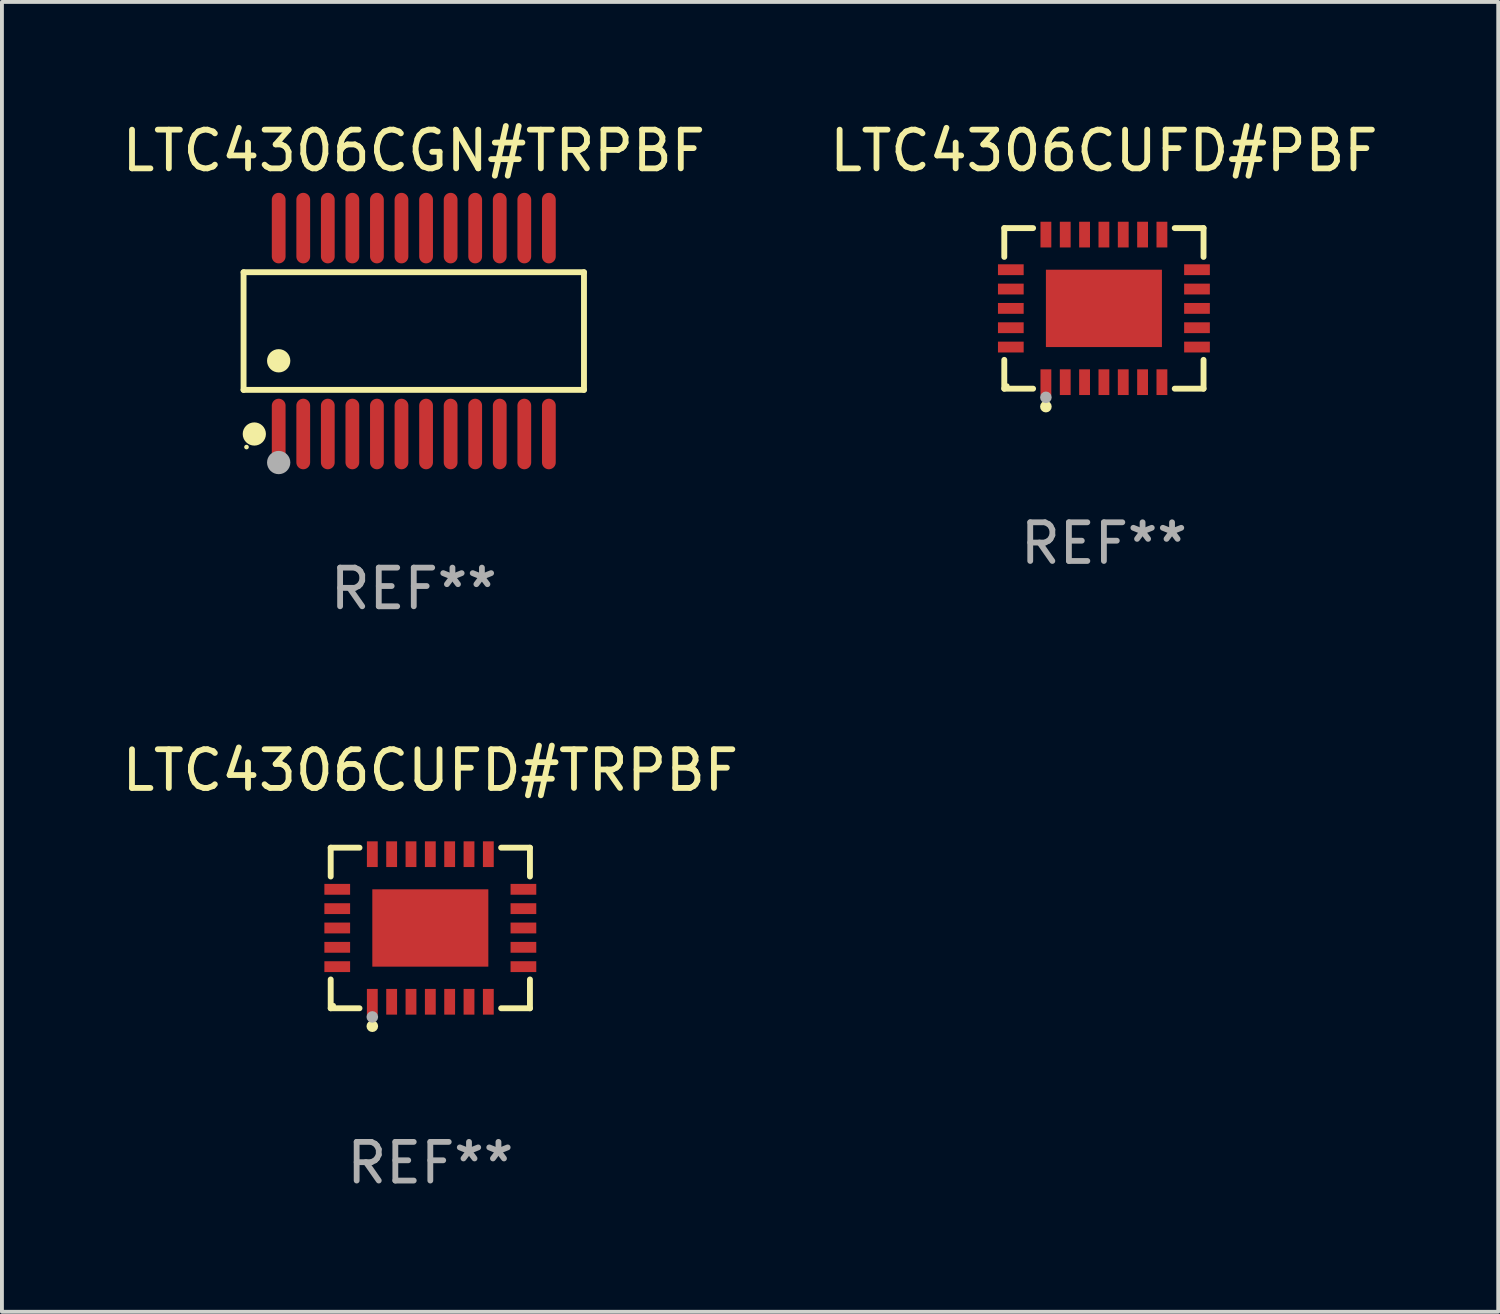
<source format=kicad_pcb>
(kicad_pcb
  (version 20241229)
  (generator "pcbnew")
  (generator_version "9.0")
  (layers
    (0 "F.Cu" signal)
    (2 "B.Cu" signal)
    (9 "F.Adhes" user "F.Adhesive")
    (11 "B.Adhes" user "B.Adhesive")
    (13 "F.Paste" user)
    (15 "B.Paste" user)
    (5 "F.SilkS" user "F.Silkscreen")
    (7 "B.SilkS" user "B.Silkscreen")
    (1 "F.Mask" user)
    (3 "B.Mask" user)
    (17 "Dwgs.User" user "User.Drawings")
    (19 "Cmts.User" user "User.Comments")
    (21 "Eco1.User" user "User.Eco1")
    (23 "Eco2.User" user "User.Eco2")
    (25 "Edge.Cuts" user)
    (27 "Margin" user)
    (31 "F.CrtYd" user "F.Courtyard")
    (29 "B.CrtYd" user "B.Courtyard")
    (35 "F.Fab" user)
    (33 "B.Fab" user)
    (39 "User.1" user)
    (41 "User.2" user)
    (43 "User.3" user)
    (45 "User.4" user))
  (footprint "LTC4306CGN#TRPBF"
    (layer "F.Cu")
    (at 7.649 5.51)
    (property "Reference" "LTC4306CGN#TRPBF" (at 0 -4.662 0) (layer "F.SilkS") (effects (font (size 1 1) (thickness 0.15))))
    (attr through_hole)
    (fp_line (start -4.401 -1.521) (end 4.401 -1.521) (stroke (width 0.152) (type solid)) (layer "F.SilkS"))
    (fp_line (start -4.401 1.521) (end -4.401 -1.521) (stroke (width 0.152) (type solid)) (layer "F.SilkS"))
    (fp_line (start 4.401 -1.521) (end 4.401 1.521) (stroke (width 0.152) (type solid)) (layer "F.SilkS"))
    (fp_line (start 4.401 1.521) (end -4.401 1.521) (stroke (width 0.152) (type solid)) (layer "F.SilkS"))
    (fp_circle (center -4.325 3) (end -4.295 3) (stroke (width 0.06) (type solid)) (fill no) (layer "F.SilkS"))
    (fp_circle (center -4.123 2.662) (end -3.973 2.662) (stroke (width 0.3) (type solid)) (fill no) (layer "F.SilkS"))
    (fp_circle (center -3.493 0.769) (end -3.342 0.769) (stroke (width 0.3) (type solid)) (fill no) (layer "F.SilkS"))
    (fp_circle (center -3.493 3.4) (end -3.342 3.4) (stroke (width 0.3) (type solid)) (fill no) (layer "F.Fab"))
    (fp_text user "REF**" (at 0 6.662 0) (layer "F.Fab") (effects (font (size 1 1) (thickness 0.15))))
    (pad "1" smd oval (at -3.493 2.662) (size 0.356 1.824) (layers "F.Cu" "F.Mask" "F.Paste"))
    (pad "2" smd oval (at -2.858 2.662) (size 0.356 1.824) (layers "F.Cu" "F.Mask" "F.Paste"))
    (pad "3" smd oval (at -2.223 2.662) (size 0.356 1.824) (layers "F.Cu" "F.Mask" "F.Paste"))
    (pad "4" smd oval (at -1.588 2.662) (size 0.356 1.824) (layers "F.Cu" "F.Mask" "F.Paste"))
    (pad "5" smd oval (at -0.953 2.662) (size 0.356 1.824) (layers "F.Cu" "F.Mask" "F.Paste"))
    (pad "6" smd oval (at -0.318 2.662) (size 0.356 1.824) (layers "F.Cu" "F.Mask" "F.Paste"))
    (pad "7" smd oval (at 0.318 2.662) (size 0.356 1.824) (layers "F.Cu" "F.Mask" "F.Paste"))
    (pad "8" smd oval (at 0.953 2.662) (size 0.356 1.824) (layers "F.Cu" "F.Mask" "F.Paste"))
    (pad "9" smd oval (at 1.588 2.662) (size 0.356 1.824) (layers "F.Cu" "F.Mask" "F.Paste"))
    (pad "10" smd oval (at 2.223 2.662) (size 0.356 1.824) (layers "F.Cu" "F.Mask" "F.Paste"))
    (pad "11" smd oval (at 2.858 2.662) (size 0.356 1.824) (layers "F.Cu" "F.Mask" "F.Paste"))
    (pad "12" smd oval (at 3.493 2.662) (size 0.356 1.824) (layers "F.Cu" "F.Mask" "F.Paste"))
    (pad "13" smd oval (at 3.493 -2.662) (size 0.356 1.824) (layers "F.Cu" "F.Mask" "F.Paste"))
    (pad "14" smd oval (at 2.858 -2.662) (size 0.356 1.824) (layers "F.Cu" "F.Mask" "F.Paste"))
    (pad "15" smd oval (at 2.223 -2.662) (size 0.356 1.824) (layers "F.Cu" "F.Mask" "F.Paste"))
    (pad "16" smd oval (at 1.588 -2.662) (size 0.356 1.824) (layers "F.Cu" "F.Mask" "F.Paste"))
    (pad "17" smd oval (at 0.953 -2.662) (size 0.356 1.824) (layers "F.Cu" "F.Mask" "F.Paste"))
    (pad "18" smd oval (at 0.318 -2.662) (size 0.356 1.824) (layers "F.Cu" "F.Mask" "F.Paste"))
    (pad "19" smd oval (at -0.318 -2.662) (size 0.356 1.824) (layers "F.Cu" "F.Mask" "F.Paste"))
    (pad "20" smd oval (at -0.953 -2.662) (size 0.356 1.824) (layers "F.Cu" "F.Mask" "F.Paste"))
    (pad "21" smd oval (at -1.588 -2.662) (size 0.356 1.824) (layers "F.Cu" "F.Mask" "F.Paste"))
    (pad "22" smd oval (at -2.223 -2.662) (size 0.356 1.824) (layers "F.Cu" "F.Mask" "F.Paste"))
    (pad "23" smd oval (at -2.858 -2.662) (size 0.356 1.824) (layers "F.Cu" "F.Mask" "F.Paste"))
    (pad "24" smd oval (at -3.493 -2.662) (size 0.356 1.824) (layers "F.Cu" "F.Mask" "F.Paste")))
  (footprint "LTC4306CUFD#PBF"
    (layer "F.Cu")
    (at 25.494 4.924)
    (property "Reference" "LTC4306CUFD#PBF" (at 0 -4.076 0) (layer "F.SilkS") (effects (font (size 1 1) (thickness 0.15))))
    (attr through_hole)
    (fp_line (start -2.576 -2.076) (end -1.831 -2.076) (stroke (width 0.152) (type solid)) (layer "F.SilkS"))
    (fp_line (start -2.576 -1.331) (end -2.576 -2.076) (stroke (width 0.152) (type solid)) (layer "F.SilkS"))
    (fp_line (start -2.576 1.331) (end -2.576 2.076) (stroke (width 0.152) (type solid)) (layer "F.SilkS"))
    (fp_line (start -2.576 2.076) (end -1.831 2.076) (stroke (width 0.152) (type solid)) (layer "F.SilkS"))
    (fp_line (start 2.576 -2.076) (end 1.831 -2.076) (stroke (width 0.152) (type solid)) (layer "F.SilkS"))
    (fp_line (start 2.576 -1.331) (end 2.576 -2.076) (stroke (width 0.152) (type solid)) (layer "F.SilkS"))
    (fp_line (start 2.576 1.331) (end 2.576 2.076) (stroke (width 0.152) (type solid)) (layer "F.SilkS"))
    (fp_line (start 2.576 2.076) (end 1.831 2.076) (stroke (width 0.152) (type solid)) (layer "F.SilkS"))
    (fp_circle (center -2.5 2) (end -2.47 2) (stroke (width 0.06) (type solid)) (fill no) (layer "F.SilkS"))
    (fp_circle (center -1.5 2.54) (end -1.425 2.54) (stroke (width 0.15) (type solid)) (fill no) (layer "F.SilkS"))
    (fp_circle (center -1.5 2.3) (end -1.425 2.3) (stroke (width 0.15) (type solid)) (fill no) (layer "F.Fab"))
    (fp_text user "REF**" (at 0 6.076 0) (layer "F.Fab") (effects (font (size 1 1) (thickness 0.15))))
    (pad "1" smd rect (at -1.5 1.908) (size 0.28 0.665) (layers "F.Cu" "F.Mask" "F.Paste"))
    (pad "2" smd rect (at -1 1.908) (size 0.28 0.665) (layers "F.Cu" "F.Mask" "F.Paste"))
    (pad "3" smd rect (at -0.5 1.908) (size 0.28 0.665) (layers "F.Cu" "F.Mask" "F.Paste"))
    (pad "4" smd rect (at 0 1.908) (size 0.28 0.665) (layers "F.Cu" "F.Mask" "F.Paste"))
    (pad "5" smd rect (at 0.5 1.908) (size 0.28 0.665) (layers "F.Cu" "F.Mask" "F.Paste"))
    (pad "6" smd rect (at 1 1.908) (size 0.28 0.665) (layers "F.Cu" "F.Mask" "F.Paste"))
    (pad "7" smd rect (at 1.5 1.908) (size 0.28 0.665) (layers "F.Cu" "F.Mask" "F.Paste"))
    (pad "8" smd rect (at 2.407 1) (size 0.665 0.28) (layers "F.Cu" "F.Mask" "F.Paste"))
    (pad "9" smd rect (at 2.407 0.5) (size 0.665 0.28) (layers "F.Cu" "F.Mask" "F.Paste"))
    (pad "10" smd rect (at 2.407 0) (size 0.665 0.28) (layers "F.Cu" "F.Mask" "F.Paste"))
    (pad "11" smd rect (at 2.407 -0.5) (size 0.665 0.28) (layers "F.Cu" "F.Mask" "F.Paste"))
    (pad "12" smd rect (at 2.407 -1) (size 0.665 0.28) (layers "F.Cu" "F.Mask" "F.Paste"))
    (pad "13" smd rect (at 1.5 -1.908) (size 0.28 0.665) (layers "F.Cu" "F.Mask" "F.Paste"))
    (pad "14" smd rect (at 1 -1.908) (size 0.28 0.665) (layers "F.Cu" "F.Mask" "F.Paste"))
    (pad "15" smd rect (at 0.5 -1.908) (size 0.28 0.665) (layers "F.Cu" "F.Mask" "F.Paste"))
    (pad "16" smd rect (at 0 -1.908) (size 0.28 0.665) (layers "F.Cu" "F.Mask" "F.Paste"))
    (pad "17" smd rect (at -0.5 -1.908) (size 0.28 0.665) (layers "F.Cu" "F.Mask" "F.Paste"))
    (pad "18" smd rect (at -1 -1.908) (size 0.28 0.665) (layers "F.Cu" "F.Mask" "F.Paste"))
    (pad "19" smd rect (at -1.5 -1.908) (size 0.28 0.665) (layers "F.Cu" "F.Mask" "F.Paste"))
    (pad "20" smd rect (at -2.407 -1) (size 0.665 0.28) (layers "F.Cu" "F.Mask" "F.Paste"))
    (pad "21" smd rect (at -2.407 -0.5) (size 0.665 0.28) (layers "F.Cu" "F.Mask" "F.Paste"))
    (pad "22" smd rect (at -2.407 0) (size 0.665 0.28) (layers "F.Cu" "F.Mask" "F.Paste"))
    (pad "23" smd rect (at -2.407 0.5) (size 0.665 0.28) (layers "F.Cu" "F.Mask" "F.Paste"))
    (pad "24" smd rect (at -2.407 1) (size 0.665 0.28) (layers "F.Cu" "F.Mask" "F.Paste"))
    (pad "25" smd rect (at 0 0) (size 3 2) (layers "F.Cu" "F.Mask" "F.Paste")))
  (footprint "LTC4306CUFD#TRPBF"
    (layer "F.Cu")
    (at 8.077 20.945)
    (property "Reference" "LTC4306CUFD#TRPBF" (at 0 -4.076 0) (layer "F.SilkS") (effects (font (size 1 1) (thickness 0.15))))
    (attr through_hole)
    (fp_line (start -2.576 -2.076) (end -1.831 -2.076) (stroke (width 0.152) (type solid)) (layer "F.SilkS"))
    (fp_line (start -2.576 -1.331) (end -2.576 -2.076) (stroke (width 0.152) (type solid)) (layer "F.SilkS"))
    (fp_line (start -2.576 1.331) (end -2.576 2.076) (stroke (width 0.152) (type solid)) (layer "F.SilkS"))
    (fp_line (start -2.576 2.076) (end -1.831 2.076) (stroke (width 0.152) (type solid)) (layer "F.SilkS"))
    (fp_line (start 2.576 -2.076) (end 1.831 -2.076) (stroke (width 0.152) (type solid)) (layer "F.SilkS"))
    (fp_line (start 2.576 -1.331) (end 2.576 -2.076) (stroke (width 0.152) (type solid)) (layer "F.SilkS"))
    (fp_line (start 2.576 1.331) (end 2.576 2.076) (stroke (width 0.152) (type solid)) (layer "F.SilkS"))
    (fp_line (start 2.576 2.076) (end 1.831 2.076) (stroke (width 0.152) (type solid)) (layer "F.SilkS"))
    (fp_circle (center -2.5 2) (end -2.47 2) (stroke (width 0.06) (type solid)) (fill no) (layer "F.SilkS"))
    (fp_circle (center -1.5 2.54) (end -1.425 2.54) (stroke (width 0.15) (type solid)) (fill no) (layer "F.SilkS"))
    (fp_circle (center -1.5 2.3) (end -1.425 2.3) (stroke (width 0.15) (type solid)) (fill no) (layer "F.Fab"))
    (fp_text user "REF**" (at 0 6.076 0) (layer "F.Fab") (effects (font (size 1 1) (thickness 0.15))))
    (pad "1" smd rect (at -1.5 1.908) (size 0.28 0.665) (layers "F.Cu" "F.Mask" "F.Paste"))
    (pad "2" smd rect (at -1 1.908) (size 0.28 0.665) (layers "F.Cu" "F.Mask" "F.Paste"))
    (pad "3" smd rect (at -0.5 1.908) (size 0.28 0.665) (layers "F.Cu" "F.Mask" "F.Paste"))
    (pad "4" smd rect (at 0 1.908) (size 0.28 0.665) (layers "F.Cu" "F.Mask" "F.Paste"))
    (pad "5" smd rect (at 0.5 1.908) (size 0.28 0.665) (layers "F.Cu" "F.Mask" "F.Paste"))
    (pad "6" smd rect (at 1 1.908) (size 0.28 0.665) (layers "F.Cu" "F.Mask" "F.Paste"))
    (pad "7" smd rect (at 1.5 1.908) (size 0.28 0.665) (layers "F.Cu" "F.Mask" "F.Paste"))
    (pad "8" smd rect (at 2.407 1) (size 0.665 0.28) (layers "F.Cu" "F.Mask" "F.Paste"))
    (pad "9" smd rect (at 2.407 0.5) (size 0.665 0.28) (layers "F.Cu" "F.Mask" "F.Paste"))
    (pad "10" smd rect (at 2.407 0) (size 0.665 0.28) (layers "F.Cu" "F.Mask" "F.Paste"))
    (pad "11" smd rect (at 2.407 -0.5) (size 0.665 0.28) (layers "F.Cu" "F.Mask" "F.Paste"))
    (pad "12" smd rect (at 2.407 -1) (size 0.665 0.28) (layers "F.Cu" "F.Mask" "F.Paste"))
    (pad "13" smd rect (at 1.5 -1.908) (size 0.28 0.665) (layers "F.Cu" "F.Mask" "F.Paste"))
    (pad "14" smd rect (at 1 -1.908) (size 0.28 0.665) (layers "F.Cu" "F.Mask" "F.Paste"))
    (pad "15" smd rect (at 0.5 -1.908) (size 0.28 0.665) (layers "F.Cu" "F.Mask" "F.Paste"))
    (pad "16" smd rect (at 0 -1.908) (size 0.28 0.665) (layers "F.Cu" "F.Mask" "F.Paste"))
    (pad "17" smd rect (at -0.5 -1.908) (size 0.28 0.665) (layers "F.Cu" "F.Mask" "F.Paste"))
    (pad "18" smd rect (at -1 -1.908) (size 0.28 0.665) (layers "F.Cu" "F.Mask" "F.Paste"))
    (pad "19" smd rect (at -1.5 -1.908) (size 0.28 0.665) (layers "F.Cu" "F.Mask" "F.Paste"))
    (pad "20" smd rect (at -2.407 -1) (size 0.665 0.28) (layers "F.Cu" "F.Mask" "F.Paste"))
    (pad "21" smd rect (at -2.407 -0.5) (size 0.665 0.28) (layers "F.Cu" "F.Mask" "F.Paste"))
    (pad "22" smd rect (at -2.407 0) (size 0.665 0.28) (layers "F.Cu" "F.Mask" "F.Paste"))
    (pad "23" smd rect (at -2.407 0.5) (size 0.665 0.28) (layers "F.Cu" "F.Mask" "F.Paste"))
    (pad "24" smd rect (at -2.407 1) (size 0.665 0.28) (layers "F.Cu" "F.Mask" "F.Paste"))
    (pad "25" smd rect (at 0 0) (size 3 2) (layers "F.Cu" "F.Mask" "F.Paste")))
  (gr_rect
    (start -3 -3)
    (end 35.69 30.869)
    (stroke (width 0.1) (type default))
    (fill no)
    (layer "Edge.Cuts")))
</source>
